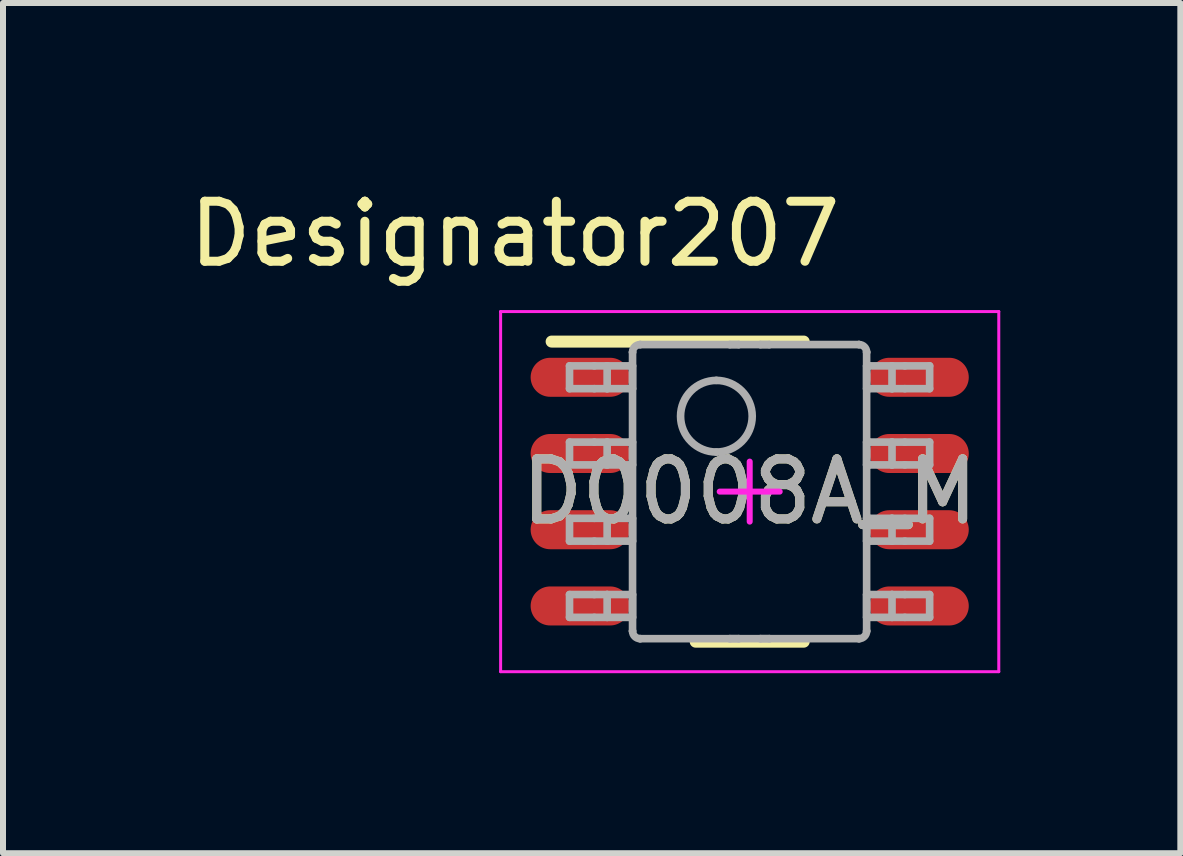
<source format=kicad_pcb>
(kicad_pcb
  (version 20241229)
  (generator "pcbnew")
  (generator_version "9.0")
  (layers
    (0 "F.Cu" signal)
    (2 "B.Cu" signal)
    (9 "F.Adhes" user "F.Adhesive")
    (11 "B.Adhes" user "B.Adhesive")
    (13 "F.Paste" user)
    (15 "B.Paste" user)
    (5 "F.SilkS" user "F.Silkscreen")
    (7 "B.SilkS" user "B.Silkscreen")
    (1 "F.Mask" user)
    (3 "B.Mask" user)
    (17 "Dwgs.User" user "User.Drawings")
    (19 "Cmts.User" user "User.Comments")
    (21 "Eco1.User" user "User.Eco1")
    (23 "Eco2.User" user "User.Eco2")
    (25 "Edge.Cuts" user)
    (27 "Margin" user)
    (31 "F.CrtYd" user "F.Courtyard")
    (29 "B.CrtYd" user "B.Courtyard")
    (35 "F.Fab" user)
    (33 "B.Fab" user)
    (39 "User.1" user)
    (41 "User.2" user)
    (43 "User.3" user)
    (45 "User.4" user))
  (footprint "D0008A_M"
    (layer "F.Cu")
    (at 9.441 5.141)
    (property "Reference" "D0008A_M" (at 0 0 0) (unlocked yes) (layer "F.SilkS") (effects (font (size 1 1) (thickness 0.15))))
    (attr smd)
    (fp_line (start -3.3 -2.5) (end 0.9 -2.5) (stroke (width 0.2) (type solid)) (layer "F.SilkS"))
    (fp_line (start -0.9 2.5) (end 0.9 2.5) (stroke (width 0.2) (type solid)) (layer "F.SilkS"))
    (fp_line (start -4.15 -3) (end 4.15 -3) (stroke (width 0.05) (type solid)) (layer "F.CrtYd"))
    (fp_line (start -4.15 3) (end -4.15 -3) (stroke (width 0.05) (type solid)) (layer "F.CrtYd"))
    (fp_line (start -4.15 3) (end 4.15 3) (stroke (width 0.05) (type solid)) (layer "F.CrtYd"))
    (fp_line (start -0.5 0) (end 0.5 0) (stroke (width 0.1) (type solid)) (layer "F.CrtYd"))
    (fp_line (start 0 0.5) (end 0 -0.5) (stroke (width 0.1) (type solid)) (layer "F.CrtYd"))
    (fp_line (start 4.15 3) (end 4.15 -3) (stroke (width 0.05) (type solid)) (layer "F.CrtYd"))
    (fp_line (start -3.002 -2.095) (end -2.589 -2.095) (stroke (width 0.127) (type solid)) (layer "F.Fab"))
    (fp_line (start -3.002 -1.715) (end -3.002 -2.095) (stroke (width 0.127) (type solid)) (layer "F.Fab"))
    (fp_line (start -3.002 -1.715) (end -2.589 -1.715) (stroke (width 0.127) (type solid)) (layer "F.Fab"))
    (fp_line (start -3.002 -0.825) (end -2.589 -0.825) (stroke (width 0.127) (type solid)) (layer "F.Fab"))
    (fp_line (start -3.002 -0.445) (end -3.002 -0.825) (stroke (width 0.127) (type solid)) (layer "F.Fab"))
    (fp_line (start -3.002 -0.445) (end -2.589 -0.445) (stroke (width 0.127) (type solid)) (layer "F.Fab"))
    (fp_line (start -3.002 0.445) (end -2.589 0.445) (stroke (width 0.127) (type solid)) (layer "F.Fab"))
    (fp_line (start -3.002 0.825) (end -3.002 0.445) (stroke (width 0.127) (type solid)) (layer "F.Fab"))
    (fp_line (start -3.002 0.825) (end -2.589 0.825) (stroke (width 0.127) (type solid)) (layer "F.Fab"))
    (fp_line (start -3.002 1.715) (end -2.589 1.715) (stroke (width 0.127) (type solid)) (layer "F.Fab"))
    (fp_line (start -3.002 2.095) (end -3.002 1.715) (stroke (width 0.127) (type solid)) (layer "F.Fab"))
    (fp_line (start -3.002 2.095) (end -2.589 2.095) (stroke (width 0.127) (type solid)) (layer "F.Fab"))
    (fp_line (start -2.589 -2.095) (end -2.375 -2.095) (stroke (width 0.127) (type solid)) (layer "F.Fab"))
    (fp_line (start -2.589 -1.715) (end -2.375 -1.715) (stroke (width 0.127) (type solid)) (layer "F.Fab"))
    (fp_line (start -2.589 -0.825) (end -2.375 -0.825) (stroke (width 0.127) (type solid)) (layer "F.Fab"))
    (fp_line (start -2.589 -0.445) (end -2.375 -0.445) (stroke (width 0.127) (type solid)) (layer "F.Fab"))
    (fp_line (start -2.589 0.445) (end -2.375 0.445) (stroke (width 0.127) (type solid)) (layer "F.Fab"))
    (fp_line (start -2.589 0.825) (end -2.375 0.825) (stroke (width 0.127) (type solid)) (layer "F.Fab"))
    (fp_line (start -2.589 1.715) (end -2.375 1.715) (stroke (width 0.127) (type solid)) (layer "F.Fab"))
    (fp_line (start -2.589 2.095) (end -2.375 2.095) (stroke (width 0.127) (type solid)) (layer "F.Fab"))
    (fp_line (start -2.375 -2.095) (end -1.995 -2.095) (stroke (width 0.127) (type solid)) (layer "F.Fab"))
    (fp_line (start -2.375 -1.715) (end -2.375 -2.095) (stroke (width 0.127) (type solid)) (layer "F.Fab"))
    (fp_line (start -2.375 -1.715) (end -1.995 -1.715) (stroke (width 0.127) (type solid)) (layer "F.Fab"))
    (fp_line (start -2.375 -0.825) (end -1.995 -0.825) (stroke (width 0.127) (type solid)) (layer "F.Fab"))
    (fp_line (start -2.375 -0.445) (end -2.375 -0.825) (stroke (width 0.127) (type solid)) (layer "F.Fab"))
    (fp_line (start -2.375 -0.445) (end -1.995 -0.445) (stroke (width 0.127) (type solid)) (layer "F.Fab"))
    (fp_line (start -2.375 0.445) (end -1.995 0.445) (stroke (width 0.127) (type solid)) (layer "F.Fab"))
    (fp_line (start -2.375 0.825) (end -2.375 0.445) (stroke (width 0.127) (type solid)) (layer "F.Fab"))
    (fp_line (start -2.375 0.825) (end -1.995 0.825) (stroke (width 0.127) (type solid)) (layer "F.Fab"))
    (fp_line (start -2.375 1.715) (end -1.995 1.715) (stroke (width 0.127) (type solid)) (layer "F.Fab"))
    (fp_line (start -2.375 2.095) (end -2.375 1.715) (stroke (width 0.127) (type solid)) (layer "F.Fab"))
    (fp_line (start -2.375 2.095) (end -1.995 2.095) (stroke (width 0.127) (type solid)) (layer "F.Fab"))
    (fp_line (start -1.995 -2.095) (end -1.952 -2.095) (stroke (width 0.127) (type solid)) (layer "F.Fab"))
    (fp_line (start -1.995 -1.715) (end -1.952 -1.715) (stroke (width 0.127) (type solid)) (layer "F.Fab"))
    (fp_line (start -1.995 -0.825) (end -1.952 -0.825) (stroke (width 0.127) (type solid)) (layer "F.Fab"))
    (fp_line (start -1.995 -0.445) (end -1.952 -0.445) (stroke (width 0.127) (type solid)) (layer "F.Fab"))
    (fp_line (start -1.995 0.445) (end -1.952 0.445) (stroke (width 0.127) (type solid)) (layer "F.Fab"))
    (fp_line (start -1.995 0.825) (end -1.952 0.825) (stroke (width 0.127) (type solid)) (layer "F.Fab"))
    (fp_line (start -1.995 1.715) (end -1.952 1.715) (stroke (width 0.127) (type solid)) (layer "F.Fab"))
    (fp_line (start -1.995 2.095) (end -1.952 2.095) (stroke (width 0.127) (type solid)) (layer "F.Fab"))
    (fp_line (start -1.952 -2.323) (end -1.952 -2.324) (stroke (width 0.127) (type solid)) (layer "F.Fab"))
    (fp_line (start -1.952 -1.715) (end -1.952 -2.095) (stroke (width 0.127) (type solid)) (layer "F.Fab"))
    (fp_line (start -1.952 -0.445) (end -1.952 -0.825) (stroke (width 0.127) (type solid)) (layer "F.Fab"))
    (fp_line (start -1.952 0.825) (end -1.952 0.445) (stroke (width 0.127) (type solid)) (layer "F.Fab"))
    (fp_line (start -1.952 2.095) (end -1.952 1.715) (stroke (width 0.127) (type solid)) (layer "F.Fab"))
    (fp_line (start -1.952 2.323) (end -1.952 -2.323) (stroke (width 0.127) (type solid)) (layer "F.Fab"))
    (fp_line (start -1.952 2.324) (end -1.952 2.323) (stroke (width 0.127) (type solid)) (layer "F.Fab"))
    (fp_line (start -1.826 -2.45) (end -1.825 -2.45) (stroke (width 0.127) (type solid)) (layer "F.Fab"))
    (fp_line (start -1.826 2.45) (end -1.825 2.45) (stroke (width 0.127) (type solid)) (layer "F.Fab"))
    (fp_line (start -1.825 -2.45) (end -0.332 -2.45) (stroke (width 0.127) (type solid)) (layer "F.Fab"))
    (fp_line (start -1.825 2.45) (end -0.332 2.45) (stroke (width 0.127) (type solid)) (layer "F.Fab"))
    (fp_line (start -0.332 -2.45) (end -0.182 -2.45) (stroke (width 0.127) (type solid)) (layer "F.Fab"))
    (fp_line (start -0.332 -2.45) (end -0.182 -2.45) (stroke (width 0.127) (type solid)) (layer "F.Fab"))
    (fp_line (start -0.332 2.45) (end -0.182 2.45) (stroke (width 0.127) (type solid)) (layer "F.Fab"))
    (fp_line (start -0.332 2.45) (end -0.182 2.45) (stroke (width 0.127) (type solid)) (layer "F.Fab"))
    (fp_line (start -0.182 -2.45) (end 0.178 -2.45) (stroke (width 0.127) (type solid)) (layer "F.Fab"))
    (fp_line (start -0.182 2.45) (end 0.178 2.45) (stroke (width 0.127) (type solid)) (layer "F.Fab"))
    (fp_line (start 0.178 -2.45) (end 0.328 -2.45) (stroke (width 0.127) (type solid)) (layer "F.Fab"))
    (fp_line (start 0.178 -2.45) (end 0.328 -2.45) (stroke (width 0.127) (type solid)) (layer "F.Fab"))
    (fp_line (start 0.178 2.45) (end 0.328 2.45) (stroke (width 0.127) (type solid)) (layer "F.Fab"))
    (fp_line (start 0.178 2.45) (end 0.328 2.45) (stroke (width 0.127) (type solid)) (layer "F.Fab"))
    (fp_line (start 0.328 -2.45) (end 1.821 -2.45) (stroke (width 0.127) (type solid)) (layer "F.Fab"))
    (fp_line (start 0.328 2.45) (end 1.821 2.45) (stroke (width 0.127) (type solid)) (layer "F.Fab"))
    (fp_line (start 1.821 -2.45) (end 1.822 -2.45) (stroke (width 0.127) (type solid)) (layer "F.Fab"))
    (fp_line (start 1.821 2.45) (end 1.822 2.45) (stroke (width 0.127) (type solid)) (layer "F.Fab"))
    (fp_line (start 1.948 -2.323) (end 1.948 -2.324) (stroke (width 0.127) (type solid)) (layer "F.Fab"))
    (fp_line (start 1.948 -2.095) (end 1.991 -2.095) (stroke (width 0.127) (type solid)) (layer "F.Fab"))
    (fp_line (start 1.948 -1.715) (end 1.948 -2.095) (stroke (width 0.127) (type solid)) (layer "F.Fab"))
    (fp_line (start 1.948 -1.715) (end 1.991 -1.715) (stroke (width 0.127) (type solid)) (layer "F.Fab"))
    (fp_line (start 1.948 -0.825) (end 1.991 -0.825) (stroke (width 0.127) (type solid)) (layer "F.Fab"))
    (fp_line (start 1.948 -0.445) (end 1.948 -0.825) (stroke (width 0.127) (type solid)) (layer "F.Fab"))
    (fp_line (start 1.948 -0.445) (end 1.991 -0.445) (stroke (width 0.127) (type solid)) (layer "F.Fab"))
    (fp_line (start 1.948 0.445) (end 1.991 0.445) (stroke (width 0.127) (type solid)) (layer "F.Fab"))
    (fp_line (start 1.948 0.825) (end 1.948 0.445) (stroke (width 0.127) (type solid)) (layer "F.Fab"))
    (fp_line (start 1.948 0.825) (end 1.991 0.825) (stroke (width 0.127) (type solid)) (layer "F.Fab"))
    (fp_line (start 1.948 1.715) (end 1.991 1.715) (stroke (width 0.127) (type solid)) (layer "F.Fab"))
    (fp_line (start 1.948 2.095) (end 1.948 1.715) (stroke (width 0.127) (type solid)) (layer "F.Fab"))
    (fp_line (start 1.948 2.095) (end 1.991 2.095) (stroke (width 0.127) (type solid)) (layer "F.Fab"))
    (fp_line (start 1.948 2.323) (end 1.948 -2.323) (stroke (width 0.127) (type solid)) (layer "F.Fab"))
    (fp_line (start 1.948 2.324) (end 1.948 2.323) (stroke (width 0.127) (type solid)) (layer "F.Fab"))
    (fp_line (start 1.991 -2.095) (end 2.371 -2.095) (stroke (width 0.127) (type solid)) (layer "F.Fab"))
    (fp_line (start 1.991 -1.715) (end 2.371 -1.715) (stroke (width 0.127) (type solid)) (layer "F.Fab"))
    (fp_line (start 1.991 -0.825) (end 2.371 -0.825) (stroke (width 0.127) (type solid)) (layer "F.Fab"))
    (fp_line (start 1.991 -0.445) (end 2.371 -0.445) (stroke (width 0.127) (type solid)) (layer "F.Fab"))
    (fp_line (start 1.991 0.445) (end 2.371 0.445) (stroke (width 0.127) (type solid)) (layer "F.Fab"))
    (fp_line (start 1.991 0.825) (end 2.371 0.825) (stroke (width 0.127) (type solid)) (layer "F.Fab"))
    (fp_line (start 1.991 1.715) (end 2.371 1.715) (stroke (width 0.127) (type solid)) (layer "F.Fab"))
    (fp_line (start 1.991 2.095) (end 2.371 2.095) (stroke (width 0.127) (type solid)) (layer "F.Fab"))
    (fp_line (start 2.371 -2.095) (end 2.585 -2.095) (stroke (width 0.127) (type solid)) (layer "F.Fab"))
    (fp_line (start 2.371 -1.715) (end 2.371 -2.095) (stroke (width 0.127) (type solid)) (layer "F.Fab"))
    (fp_line (start 2.371 -1.715) (end 2.585 -1.715) (stroke (width 0.127) (type solid)) (layer "F.Fab"))
    (fp_line (start 2.371 -0.825) (end 2.585 -0.825) (stroke (width 0.127) (type solid)) (layer "F.Fab"))
    (fp_line (start 2.371 -0.445) (end 2.371 -0.825) (stroke (width 0.127) (type solid)) (layer "F.Fab"))
    (fp_line (start 2.371 -0.445) (end 2.585 -0.445) (stroke (width 0.127) (type solid)) (layer "F.Fab"))
    (fp_line (start 2.371 0.445) (end 2.585 0.445) (stroke (width 0.127) (type solid)) (layer "F.Fab"))
    (fp_line (start 2.371 0.825) (end 2.371 0.445) (stroke (width 0.127) (type solid)) (layer "F.Fab"))
    (fp_line (start 2.371 0.825) (end 2.585 0.825) (stroke (width 0.127) (type solid)) (layer "F.Fab"))
    (fp_line (start 2.371 1.715) (end 2.585 1.715) (stroke (width 0.127) (type solid)) (layer "F.Fab"))
    (fp_line (start 2.371 2.095) (end 2.371 1.715) (stroke (width 0.127) (type solid)) (layer "F.Fab"))
    (fp_line (start 2.371 2.095) (end 2.585 2.095) (stroke (width 0.127) (type solid)) (layer "F.Fab"))
    (fp_line (start 2.585 -2.095) (end 2.998 -2.095) (stroke (width 0.127) (type solid)) (layer "F.Fab"))
    (fp_line (start 2.585 -1.715) (end 2.998 -1.715) (stroke (width 0.127) (type solid)) (layer "F.Fab"))
    (fp_line (start 2.585 -0.825) (end 2.998 -0.825) (stroke (width 0.127) (type solid)) (layer "F.Fab"))
    (fp_line (start 2.585 -0.445) (end 2.998 -0.445) (stroke (width 0.127) (type solid)) (layer "F.Fab"))
    (fp_line (start 2.585 0.445) (end 2.998 0.445) (stroke (width 0.127) (type solid)) (layer "F.Fab"))
    (fp_line (start 2.585 0.825) (end 2.998 0.825) (stroke (width 0.127) (type solid)) (layer "F.Fab"))
    (fp_line (start 2.585 1.715) (end 2.998 1.715) (stroke (width 0.127) (type solid)) (layer "F.Fab"))
    (fp_line (start 2.585 2.095) (end 2.998 2.095) (stroke (width 0.127) (type solid)) (layer "F.Fab"))
    (fp_line (start 2.998 -1.715) (end 2.998 -2.095) (stroke (width 0.127) (type solid)) (layer "F.Fab"))
    (fp_line (start 2.998 -0.445) (end 2.998 -0.825) (stroke (width 0.127) (type solid)) (layer "F.Fab"))
    (fp_line (start 2.998 0.825) (end 2.998 0.445) (stroke (width 0.127) (type solid)) (layer "F.Fab"))
    (fp_line (start 2.998 2.095) (end 2.998 1.715) (stroke (width 0.127) (type solid)) (layer "F.Fab"))
    (fp_arc (start -1.952002 -2.323941) (mid -1.914806 -2.412806) (end -1.825941 -2.450002) (stroke (width 0.127) (type solid)) (layer "F.Fab"))
    (fp_arc (start -1.825941 2.449992) (mid -1.914806 2.412795) (end -1.952002 2.323931) (stroke (width 0.127) (type solid)) (layer "F.Fab"))
    (fp_arc (start -0.555 -1.8531) (mid 0.0419 -1.2562) (end -0.555 -0.6593) (stroke (width 0.127) (type solid)) (layer "F.Fab"))
    (fp_arc (start -0.555 -0.6593) (mid -1.1519 -1.2562) (end -0.555 -1.8531) (stroke (width 0.127) (type solid)) (layer "F.Fab"))
    (fp_arc (start 1.821933 -2.450002) (mid 1.910797 -2.412806) (end 1.947994 -2.323941) (stroke (width 0.127) (type solid)) (layer "F.Fab"))
    (fp_arc (start 1.947994 2.323931) (mid 1.910797 2.412795) (end 1.821933 2.449992) (stroke (width 0.127) (type solid)) (layer "F.Fab"))
    (fp_text user "Designator207" (at -3.912 -4.293 0) (unlocked yes) (layer "F.SilkS") (effects (font (size 1 1) (thickness 0.15))))
    (fp_text user "${REFERENCE}" (at 0 0 0) (unlocked yes) (layer "F.Fab") (effects (font (size 1 1) (thickness 0.15))))
    (pad "1" smd oval (at -2.825 -1.905 90) (size 0.65 1.65) (layers "F.Cu" "F.Mask" "F.Paste"))
    (pad "2" smd oval (at -2.825 -0.635 90) (size 0.65 1.65) (layers "F.Cu" "F.Mask" "F.Paste"))
    (pad "3" smd oval (at -2.825 0.635 90) (size 0.65 1.65) (layers "F.Cu" "F.Mask" "F.Paste"))
    (pad "4" smd oval (at -2.825 1.905 90) (size 0.65 1.65) (layers "F.Cu" "F.Mask" "F.Paste"))
    (pad "5" smd oval (at 2.825 1.905 90) (size 0.65 1.65) (layers "F.Cu" "F.Mask" "F.Paste"))
    (pad "6" smd oval (at 2.825 0.635 90) (size 0.65 1.65) (layers "F.Cu" "F.Mask" "F.Paste"))
    (pad "7" smd oval (at 2.825 -0.635 90) (size 0.65 1.65) (layers "F.Cu" "F.Mask" "F.Paste"))
    (pad "8" smd oval (at 2.825 -1.905 90) (size 0.65 1.65) (layers "F.Cu" "F.Mask" "F.Paste")))
  (gr_rect
    (start -3 -3)
    (end 16.616 11.166)
    (stroke (width 0.1) (type default))
    (fill no)
    (layer "Edge.Cuts")))
</source>
